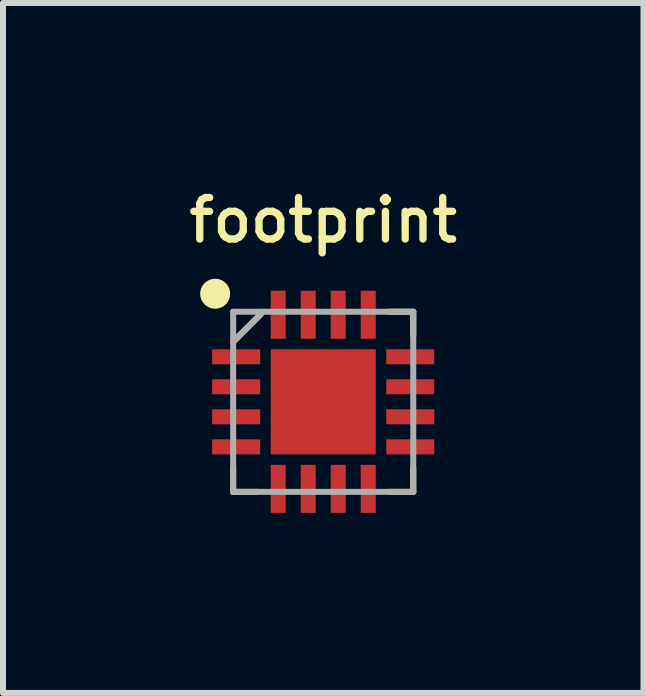
<source format=kicad_pcb>
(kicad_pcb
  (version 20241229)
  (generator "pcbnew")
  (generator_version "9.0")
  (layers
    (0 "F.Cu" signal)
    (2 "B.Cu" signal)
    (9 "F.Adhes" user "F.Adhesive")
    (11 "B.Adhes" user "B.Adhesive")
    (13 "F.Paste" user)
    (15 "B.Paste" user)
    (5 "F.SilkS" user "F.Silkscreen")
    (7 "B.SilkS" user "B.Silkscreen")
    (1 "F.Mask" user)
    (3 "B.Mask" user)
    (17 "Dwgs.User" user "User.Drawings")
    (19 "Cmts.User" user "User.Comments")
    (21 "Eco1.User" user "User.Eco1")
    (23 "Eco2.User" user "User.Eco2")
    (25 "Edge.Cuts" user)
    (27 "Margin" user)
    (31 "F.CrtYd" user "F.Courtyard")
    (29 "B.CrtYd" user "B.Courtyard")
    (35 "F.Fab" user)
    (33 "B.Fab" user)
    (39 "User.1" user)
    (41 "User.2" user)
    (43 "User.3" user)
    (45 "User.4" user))
  (footprint "footprint"
    (layer "F.Cu")
    (at 2.334 3.643)
    (property "Reference" "footprint" (at 0 -3.025 0) (layer "F.SilkS") (effects (font (size 0.691 0.691) (thickness 0.122))))
    (fp_line (start -1.5 1.1) (end -1.5 1.5) (stroke (width 0.1) (type solid)) (layer "F.SilkS"))
    (fp_line (start -1.5 1.5) (end -1.1 1.5) (stroke (width 0.1) (type solid)) (layer "F.SilkS"))
    (fp_line (start -1.45 -1.05) (end -1.05 -1.45) (stroke (width 0.1) (type solid)) (layer "F.SilkS"))
    (fp_line (start 1.1 -1.5) (end 1.5 -1.5) (stroke (width 0.1) (type solid)) (layer "F.SilkS"))
    (fp_line (start 1.1 1.5) (end 1.5 1.5) (stroke (width 0.1) (type solid)) (layer "F.SilkS"))
    (fp_line (start 1.5 -1.5) (end 1.5 -1.1) (stroke (width 0.1) (type solid)) (layer "F.SilkS"))
    (fp_line (start 1.5 1.1) (end 1.5 1.5) (stroke (width 0.1) (type solid)) (layer "F.SilkS"))
    (fp_circle (center -1.8 -1.8) (end -1.675 -1.8) (stroke (width 0.25) (type solid)) (fill no) (layer "F.SilkS"))
    (fp_poly (pts (xy -0.8 -0.2) (xy -0.2 -0.2) (xy -0.2 -0.8) (xy -0.8 -0.8)) (stroke (width 0) (type solid)) (fill yes) (layer "F.Paste"))
    (fp_poly (pts (xy -0.8 0.8) (xy -0.2 0.8) (xy -0.2 0.2) (xy -0.8 0.2)) (stroke (width 0) (type solid)) (fill yes) (layer "F.Paste"))
    (fp_poly (pts (xy 0.2 -0.2) (xy 0.8 -0.2) (xy 0.8 -0.8) (xy 0.2 -0.8)) (stroke (width 0) (type solid)) (fill yes) (layer "F.Paste"))
    (fp_poly (pts (xy 0.2 0.8) (xy 0.8 0.8) (xy 0.8 0.2) (xy 0.2 0.2)) (stroke (width 0) (type solid)) (fill yes) (layer "F.Paste"))
    (fp_line (start -1.5 -1.5) (end 1.5 -1.5) (stroke (width 0.1) (type solid)) (layer "F.Fab"))
    (fp_line (start -1.5 -1) (end -1 -1.5) (stroke (width 0.1) (type solid)) (layer "F.Fab"))
    (fp_line (start -1.5 1.5) (end -1.5 -1.5) (stroke (width 0.1) (type solid)) (layer "F.Fab"))
    (fp_line (start 1.5 -1.5) (end 1.5 1.5) (stroke (width 0.1) (type solid)) (layer "F.Fab"))
    (fp_line (start 1.5 1.5) (end -1.5 1.5) (stroke (width 0.1) (type solid)) (layer "F.Fab"))
    (pad "1" smd rect (at -1.45 -0.75) (size 0.8 0.25) (layers "F.Cu" "F.Mask" "F.Paste"))
    (pad "2" smd rect (at -1.45 -0.25) (size 0.8 0.25) (layers "F.Cu" "F.Mask" "F.Paste"))
    (pad "3" smd rect (at -1.45 0.25) (size 0.8 0.25) (layers "F.Cu" "F.Mask" "F.Paste"))
    (pad "4" smd rect (at -1.45 0.75) (size 0.8 0.25) (layers "F.Cu" "F.Mask" "F.Paste"))
    (pad "5" smd rect (at -0.75 1.45 90) (size 0.8 0.25) (layers "F.Cu" "F.Mask" "F.Paste"))
    (pad "6" smd rect (at -0.25 1.45 90) (size 0.8 0.25) (layers "F.Cu" "F.Mask" "F.Paste"))
    (pad "7" smd rect (at 0.25 1.45 90) (size 0.8 0.25) (layers "F.Cu" "F.Mask" "F.Paste"))
    (pad "8" smd rect (at 0.75 1.45 90) (size 0.8 0.25) (layers "F.Cu" "F.Mask" "F.Paste"))
    (pad "9" smd rect (at 1.45 0.75) (size 0.8 0.25) (layers "F.Cu" "F.Mask" "F.Paste"))
    (pad "10" smd rect (at 1.45 0.25) (size 0.8 0.25) (layers "F.Cu" "F.Mask" "F.Paste"))
    (pad "11" smd rect (at 1.45 -0.25) (size 0.8 0.25) (layers "F.Cu" "F.Mask" "F.Paste"))
    (pad "12" smd rect (at 1.45 -0.75) (size 0.8 0.25) (layers "F.Cu" "F.Mask" "F.Paste"))
    (pad "13" smd rect (at 0.75 -1.45 90) (size 0.8 0.25) (layers "F.Cu" "F.Mask" "F.Paste"))
    (pad "14" smd rect (at 0.25 -1.45 90) (size 0.8 0.25) (layers "F.Cu" "F.Mask" "F.Paste"))
    (pad "15" smd rect (at -0.25 -1.45 90) (size 0.8 0.25) (layers "F.Cu" "F.Mask" "F.Paste"))
    (pad "16" smd rect (at -0.75 -1.45 90) (size 0.8 0.25) (layers "F.Cu" "F.Mask" "F.Paste"))
    (pad "EDAP" smd rect (at 0 0) (size 1.75 1.75) (layers "F.Cu" "F.Mask")))
  (gr_rect
    (start -3 -3)
    (end 7.669 8.493)
    (stroke (width 0.1) (type default))
    (fill no)
    (layer "Edge.Cuts")))
</source>
